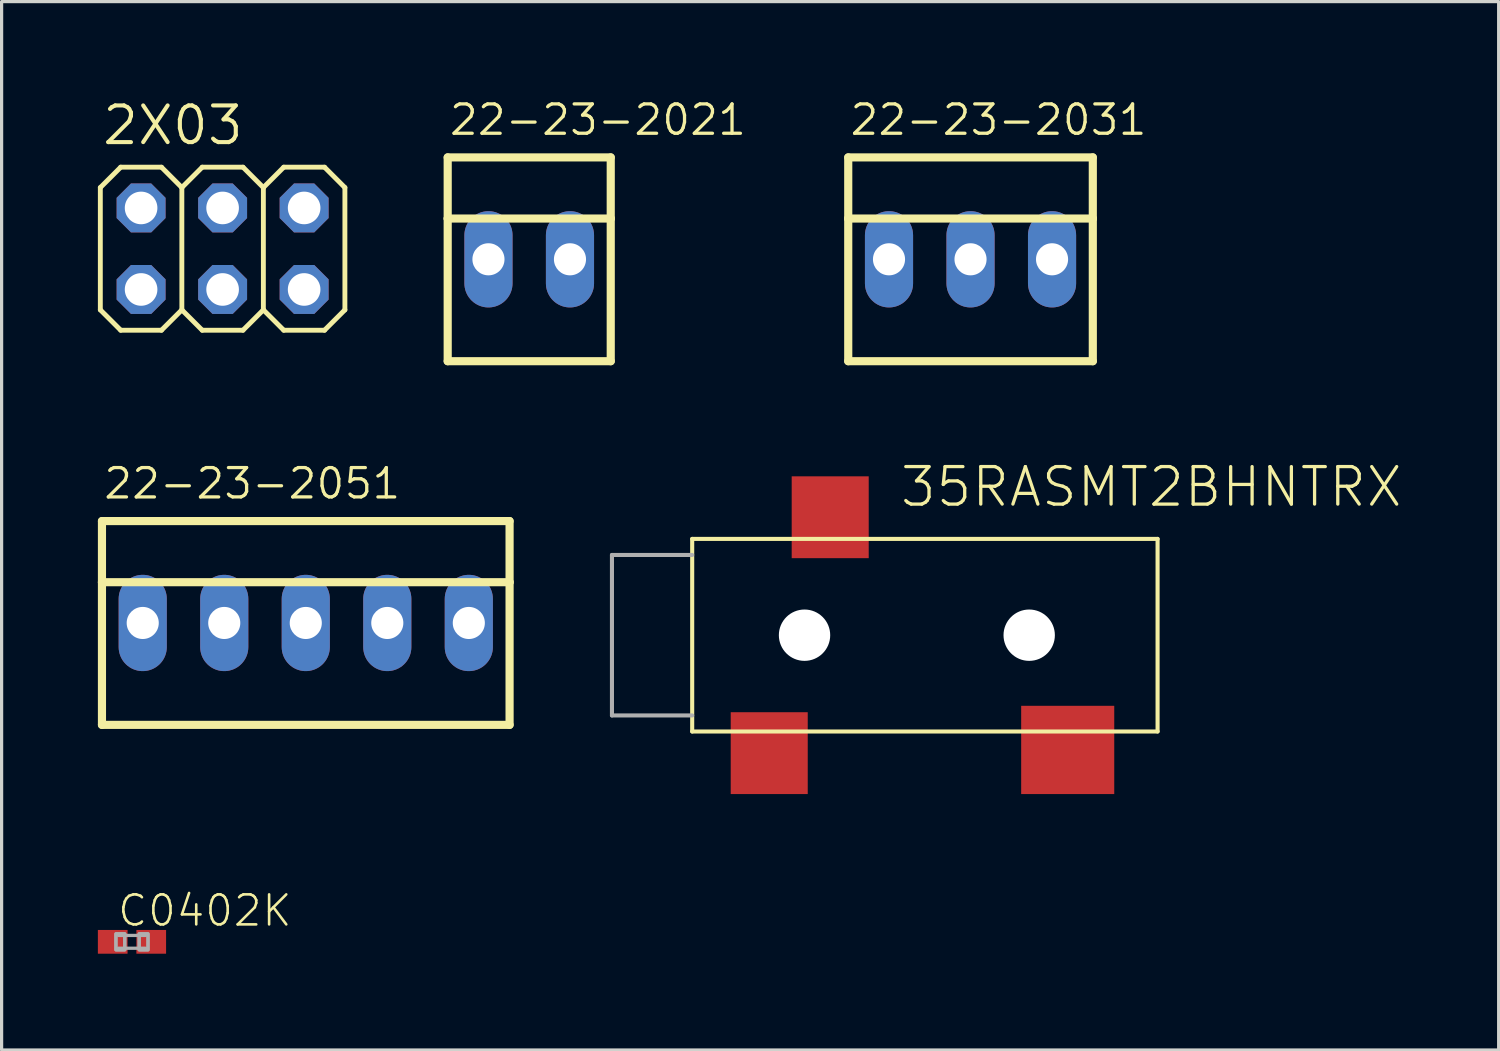
<source format=kicad_pcb>
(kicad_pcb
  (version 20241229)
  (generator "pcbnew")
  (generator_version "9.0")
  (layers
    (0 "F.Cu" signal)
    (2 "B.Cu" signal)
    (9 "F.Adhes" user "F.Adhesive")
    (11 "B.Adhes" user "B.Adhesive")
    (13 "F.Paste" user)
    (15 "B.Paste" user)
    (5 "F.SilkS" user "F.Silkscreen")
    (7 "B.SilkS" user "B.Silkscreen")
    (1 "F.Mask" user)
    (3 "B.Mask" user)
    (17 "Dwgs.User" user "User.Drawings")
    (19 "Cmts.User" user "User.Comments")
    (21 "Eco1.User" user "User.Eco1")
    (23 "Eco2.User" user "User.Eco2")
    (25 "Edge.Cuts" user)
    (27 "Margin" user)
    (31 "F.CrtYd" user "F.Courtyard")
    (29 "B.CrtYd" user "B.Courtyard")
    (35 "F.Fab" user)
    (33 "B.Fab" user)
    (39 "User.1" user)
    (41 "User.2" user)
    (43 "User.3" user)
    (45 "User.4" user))
  (footprint "22-23-2051"
    (layer "F.Cu")
    (at 6.477 16.36)
    (property "Reference" "22-23-2051" (at -6.35 -3.81 0) (layer "F.SilkS") (effects (font (size 0.914 0.914) (thickness 0.102)) (justify left bottom)))
    (fp_line (start -6.35 -3.175) (end 6.35 -3.175) (stroke (width 0.254) (type solid)) (layer "F.SilkS"))
    (fp_line (start -6.35 -1.27) (end -6.35 -3.175) (stroke (width 0.254) (type solid)) (layer "F.SilkS"))
    (fp_line (start -6.35 -1.27) (end 6.35 -1.27) (stroke (width 0.254) (type solid)) (layer "F.SilkS"))
    (fp_line (start -6.35 3.175) (end -6.35 -1.27) (stroke (width 0.254) (type solid)) (layer "F.SilkS"))
    (fp_line (start 6.35 -3.175) (end 6.35 -1.27) (stroke (width 0.254) (type solid)) (layer "F.SilkS"))
    (fp_line (start 6.35 -1.27) (end 6.35 3.175) (stroke (width 0.254) (type solid)) (layer "F.SilkS"))
    (fp_line (start 6.35 3.175) (end -6.35 3.175) (stroke (width 0.254) (type solid)) (layer "F.SilkS"))
    (pad "1" thru_hole oval (at -5.08 0 90) (size 3 1.5) (drill 1) (layers "*.Cu" "*.Mask"))
    (pad "2" thru_hole oval (at -2.54 0 90) (size 3 1.5) (drill 1) (layers "*.Cu" "*.Mask"))
    (pad "3" thru_hole oval (at 0 0 90) (size 3 1.5) (drill 1) (layers "*.Cu" "*.Mask"))
    (pad "4" thru_hole oval (at 2.54 0 90) (size 3 1.5) (drill 1) (layers "*.Cu" "*.Mask"))
    (pad "5" thru_hole oval (at 5.08 0 90) (size 3 1.5) (drill 1) (layers "*.Cu" "*.Mask")))
  (footprint "22-23-2021"
    (layer "F.Cu")
    (at 13.439 5.029)
    (property "Reference" "22-23-2021" (at -2.54 -3.81 0) (layer "F.SilkS") (effects (font (size 0.914 0.914) (thickness 0.102)) (justify left bottom)))
    (fp_line (start -2.54 -3.175) (end 2.54 -3.175) (stroke (width 0.254) (type solid)) (layer "F.SilkS"))
    (fp_line (start -2.54 -1.27) (end -2.54 -3.175) (stroke (width 0.254) (type solid)) (layer "F.SilkS"))
    (fp_line (start -2.54 -1.27) (end 2.54 -1.27) (stroke (width 0.254) (type solid)) (layer "F.SilkS"))
    (fp_line (start -2.54 3.175) (end -2.54 -1.27) (stroke (width 0.254) (type solid)) (layer "F.SilkS"))
    (fp_line (start 2.54 -3.175) (end 2.54 -1.27) (stroke (width 0.254) (type solid)) (layer "F.SilkS"))
    (fp_line (start 2.54 -1.27) (end 2.54 3.175) (stroke (width 0.254) (type solid)) (layer "F.SilkS"))
    (fp_line (start 2.54 3.175) (end -2.54 3.175) (stroke (width 0.254) (type solid)) (layer "F.SilkS"))
    (pad "1" thru_hole oval (at -1.27 0 90) (size 3 1.5) (drill 1) (layers "*.Cu" "*.Mask"))
    (pad "2" thru_hole oval (at 1.27 0 90) (size 3 1.5) (drill 1) (layers "*.Cu" "*.Mask")))
  (footprint "2X03"
    (layer "F.Cu")
    (at 3.886 4.699)
    (property "Reference" "2X03" (at -3.81 -3.175 0) (layer "F.SilkS") (effects (font (size 1.143 1.143) (thickness 0.127)) (justify left bottom)))
    (fp_line (start -3.81 -1.905) (end -3.175 -2.54) (stroke (width 0.152) (type solid)) (layer "F.SilkS"))
    (fp_line (start -3.81 1.905) (end -3.81 -1.905) (stroke (width 0.152) (type solid)) (layer "F.SilkS"))
    (fp_line (start -3.81 1.905) (end -3.175 2.54) (stroke (width 0.152) (type solid)) (layer "F.SilkS"))
    (fp_line (start -3.175 -2.54) (end -1.905 -2.54) (stroke (width 0.152) (type solid)) (layer "F.SilkS"))
    (fp_line (start -3.175 2.54) (end -1.905 2.54) (stroke (width 0.152) (type solid)) (layer "F.SilkS"))
    (fp_line (start -1.905 -2.54) (end -1.27 -1.905) (stroke (width 0.152) (type solid)) (layer "F.SilkS"))
    (fp_line (start -1.905 2.54) (end -1.27 1.905) (stroke (width 0.152) (type solid)) (layer "F.SilkS"))
    (fp_line (start -1.27 -1.905) (end -1.27 1.905) (stroke (width 0.152) (type solid)) (layer "F.SilkS"))
    (fp_line (start -1.27 -1.905) (end -0.635 -2.54) (stroke (width 0.152) (type solid)) (layer "F.SilkS"))
    (fp_line (start -1.27 1.905) (end -0.635 2.54) (stroke (width 0.152) (type solid)) (layer "F.SilkS"))
    (fp_line (start -0.635 -2.54) (end 0.635 -2.54) (stroke (width 0.152) (type solid)) (layer "F.SilkS"))
    (fp_line (start -0.635 2.54) (end 0.635 2.54) (stroke (width 0.152) (type solid)) (layer "F.SilkS"))
    (fp_line (start 0.635 -2.54) (end 1.27 -1.905) (stroke (width 0.152) (type solid)) (layer "F.SilkS"))
    (fp_line (start 0.635 2.54) (end 1.27 1.905) (stroke (width 0.152) (type solid)) (layer "F.SilkS"))
    (fp_line (start 1.27 -1.905) (end 1.27 1.905) (stroke (width 0.152) (type solid)) (layer "F.SilkS"))
    (fp_line (start 1.27 -1.905) (end 1.905 -2.54) (stroke (width 0.152) (type solid)) (layer "F.SilkS"))
    (fp_line (start 1.27 1.905) (end 1.905 2.54) (stroke (width 0.152) (type solid)) (layer "F.SilkS"))
    (fp_line (start 1.905 -2.54) (end 3.175 -2.54) (stroke (width 0.152) (type solid)) (layer "F.SilkS"))
    (fp_line (start 1.905 2.54) (end 3.175 2.54) (stroke (width 0.152) (type solid)) (layer "F.SilkS"))
    (fp_line (start 3.175 -2.54) (end 3.81 -1.905) (stroke (width 0.152) (type solid)) (layer "F.SilkS"))
    (fp_line (start 3.175 2.54) (end 3.81 1.905) (stroke (width 0.152) (type solid)) (layer "F.SilkS"))
    (fp_line (start 3.81 -1.905) (end 3.81 1.905) (stroke (width 0.152) (type solid)) (layer "F.SilkS"))
    (fp_poly (pts (xy -2.794 -1.016) (xy -2.286 -1.016) (xy -2.286 -1.524) (xy -2.794 -1.524)) (stroke (width 0.1) (type solid)) (fill no) (layer "F.Fab"))
    (fp_poly (pts (xy -2.794 1.524) (xy -2.286 1.524) (xy -2.286 1.016) (xy -2.794 1.016)) (stroke (width 0.1) (type solid)) (fill no) (layer "F.Fab"))
    (fp_poly (pts (xy -0.254 -1.016) (xy 0.254 -1.016) (xy 0.254 -1.524) (xy -0.254 -1.524)) (stroke (width 0.1) (type solid)) (fill no) (layer "F.Fab"))
    (fp_poly (pts (xy -0.254 1.524) (xy 0.254 1.524) (xy 0.254 1.016) (xy -0.254 1.016)) (stroke (width 0.1) (type solid)) (fill no) (layer "F.Fab"))
    (fp_poly (pts (xy 2.286 -1.016) (xy 2.794 -1.016) (xy 2.794 -1.524) (xy 2.286 -1.524)) (stroke (width 0.1) (type solid)) (fill no) (layer "F.Fab"))
    (fp_poly (pts (xy 2.286 1.524) (xy 2.794 1.524) (xy 2.794 1.016) (xy 2.286 1.016)) (stroke (width 0.1) (type solid)) (fill no) (layer "F.Fab"))
    (pad "1" thru_hole roundrect (at -2.54 1.27) (size 1.524 1.524) (drill 1.016) (layers "*.Cu" "*.Mask") (roundrect_rratio 0.25) (chamfer_ratio 0.293) (chamfer top_left top_right bottom_left bottom_right))
    (pad "2" thru_hole roundrect (at -2.54 -1.27) (size 1.524 1.524) (drill 1.016) (layers "*.Cu" "*.Mask") (roundrect_rratio 0.25) (chamfer_ratio 0.293) (chamfer top_left top_right bottom_left bottom_right))
    (pad "3" thru_hole roundrect (at 0 1.27) (size 1.524 1.524) (drill 1.016) (layers "*.Cu" "*.Mask") (roundrect_rratio 0.25) (chamfer_ratio 0.293) (chamfer top_left top_right bottom_left bottom_right))
    (pad "4" thru_hole roundrect (at 0 -1.27) (size 1.524 1.524) (drill 1.016) (layers "*.Cu" "*.Mask") (roundrect_rratio 0.25) (chamfer_ratio 0.293) (chamfer top_left top_right bottom_left bottom_right))
    (pad "5" thru_hole roundrect (at 2.54 1.27) (size 1.524 1.524) (drill 1.016) (layers "*.Cu" "*.Mask") (roundrect_rratio 0.25) (chamfer_ratio 0.293) (chamfer top_left top_right bottom_left bottom_right))
    (pad "6" thru_hole roundrect (at 2.54 -1.27) (size 1.524 1.524) (drill 1.016) (layers "*.Cu" "*.Mask") (roundrect_rratio 0.25) (chamfer_ratio 0.293) (chamfer top_left top_right bottom_left bottom_right)))
  (footprint "22-23-2031"
    (layer "F.Cu")
    (at 27.189 5.029)
    (property "Reference" "22-23-2031" (at -3.81 -3.81 0) (layer "F.SilkS") (effects (font (size 0.914 0.914) (thickness 0.102)) (justify left bottom)))
    (fp_line (start -3.81 -3.175) (end 3.81 -3.175) (stroke (width 0.254) (type solid)) (layer "F.SilkS"))
    (fp_line (start -3.81 -1.27) (end -3.81 -3.175) (stroke (width 0.254) (type solid)) (layer "F.SilkS"))
    (fp_line (start -3.81 -1.27) (end 3.81 -1.27) (stroke (width 0.254) (type solid)) (layer "F.SilkS"))
    (fp_line (start -3.81 3.175) (end -3.81 -1.27) (stroke (width 0.254) (type solid)) (layer "F.SilkS"))
    (fp_line (start 3.81 -3.175) (end 3.81 -1.27) (stroke (width 0.254) (type solid)) (layer "F.SilkS"))
    (fp_line (start 3.81 -1.27) (end 3.81 3.175) (stroke (width 0.254) (type solid)) (layer "F.SilkS"))
    (fp_line (start 3.81 3.175) (end -3.81 3.175) (stroke (width 0.254) (type solid)) (layer "F.SilkS"))
    (pad "1" thru_hole oval (at -2.54 0 90) (size 3 1.5) (drill 1) (layers "*.Cu" "*.Mask"))
    (pad "2" thru_hole oval (at 0 0 90) (size 3 1.5) (drill 1) (layers "*.Cu" "*.Mask"))
    (pad "3" thru_hole oval (at 2.54 0 90) (size 3 1.5) (drill 1) (layers "*.Cu" "*.Mask")))
  (footprint "35RASMT2BHNTRX"
    (layer "F.Cu")
    (at 22.017 16.741)
    (property "Reference" "35RASMT2BHNTRX" (at 2.921 -3.937 0) (layer "F.SilkS") (effects (font (size 1.168 1.168) (thickness 0.102)) (justify left bottom)))
    (fp_line (start -3.5 -3) (end -3.5 3) (stroke (width 0.127) (type solid)) (layer "F.SilkS"))
    (fp_line (start -3.5 -3) (end 11 -3) (stroke (width 0.127) (type solid)) (layer "F.SilkS"))
    (fp_line (start 11 -3) (end 11 3) (stroke (width 0.127) (type solid)) (layer "F.SilkS"))
    (fp_line (start 11 3) (end -3.5 3) (stroke (width 0.127) (type solid)) (layer "F.SilkS"))
    (fp_line (start -6 -2.5) (end -6 2.5) (stroke (width 0.127) (type solid)) (layer "F.Fab"))
    (fp_line (start -6 2.5) (end -3.5 2.5) (stroke (width 0.127) (type solid)) (layer "F.Fab"))
    (fp_line (start -3.5 -2.5) (end -6 -2.5) (stroke (width 0.127) (type solid)) (layer "F.Fab"))
    (pad "" np_thru_hole circle (at 0 0) (size 1.6 1.6) (drill 1.6) (layers "*.Cu" "*.Mask"))
    (pad "" np_thru_hole circle (at 7 0) (size 1.6 1.6) (drill 1.6) (layers "*.Cu" "*.Mask"))
    (pad "1" smd rect (at 0.8 -3.675 90) (size 2.55 2.4) (layers "F.Cu" "F.Mask" "F.Paste"))
    (pad "4" smd rect (at 8.2 3.575 90) (size 2.75 2.9) (layers "F.Cu" "F.Mask" "F.Paste"))
    (pad "5" smd rect (at -1.1 3.675 90) (size 2.55 2.4) (layers "F.Cu" "F.Mask" "F.Paste")))
  (footprint "C0402K"
    (layer "F.Cu")
    (at 1.062 26.295)
    (property "Reference" "C0402K" (at -0.5 -0.425 0) (layer "F.SilkS") (effects (font (size 0.935 0.935) (thickness 0.081)) (justify left bottom)))
    (fp_line (start -0.425 -0.2) (end 0.425 -0.2) (stroke (width 0.102) (type solid)) (layer "F.Fab"))
    (fp_line (start 0.425 0.2) (end -0.425 0.2) (stroke (width 0.102) (type solid)) (layer "F.Fab"))
    (fp_poly (pts (xy -0.5 0.25) (xy -0.225 0.25) (xy -0.225 -0.25) (xy -0.5 -0.25)) (stroke (width 0.1) (type solid)) (fill no) (layer "F.Fab"))
    (fp_poly (pts (xy -0.5 0.25) (xy -0.225 0.25) (xy -0.225 -0.25) (xy -0.5 -0.25)) (stroke (width 0.1) (type solid)) (fill no) (layer "F.Fab"))
    (fp_poly (pts (xy 0.225 0.25) (xy 0.5 0.25) (xy 0.5 -0.25) (xy 0.225 -0.25)) (stroke (width 0.1) (type solid)) (fill no) (layer "F.Fab"))
    (fp_poly (pts (xy 0.225 0.25) (xy 0.5 0.25) (xy 0.5 -0.25) (xy 0.225 -0.25)) (stroke (width 0.1) (type solid)) (fill no) (layer "F.Fab"))
    (pad "1" smd rect (at -0.6 0) (size 0.925 0.74) (layers "F.Cu" "F.Mask" "F.Paste"))
    (pad "2" smd rect (at 0.6 0) (size 0.925 0.74) (layers "F.Cu" "F.Mask" "F.Paste")))
  (gr_rect
    (start -3 -3)
    (end 43.644 29.665)
    (stroke (width 0.1) (type default))
    (fill no)
    (layer "Edge.Cuts")))
</source>
